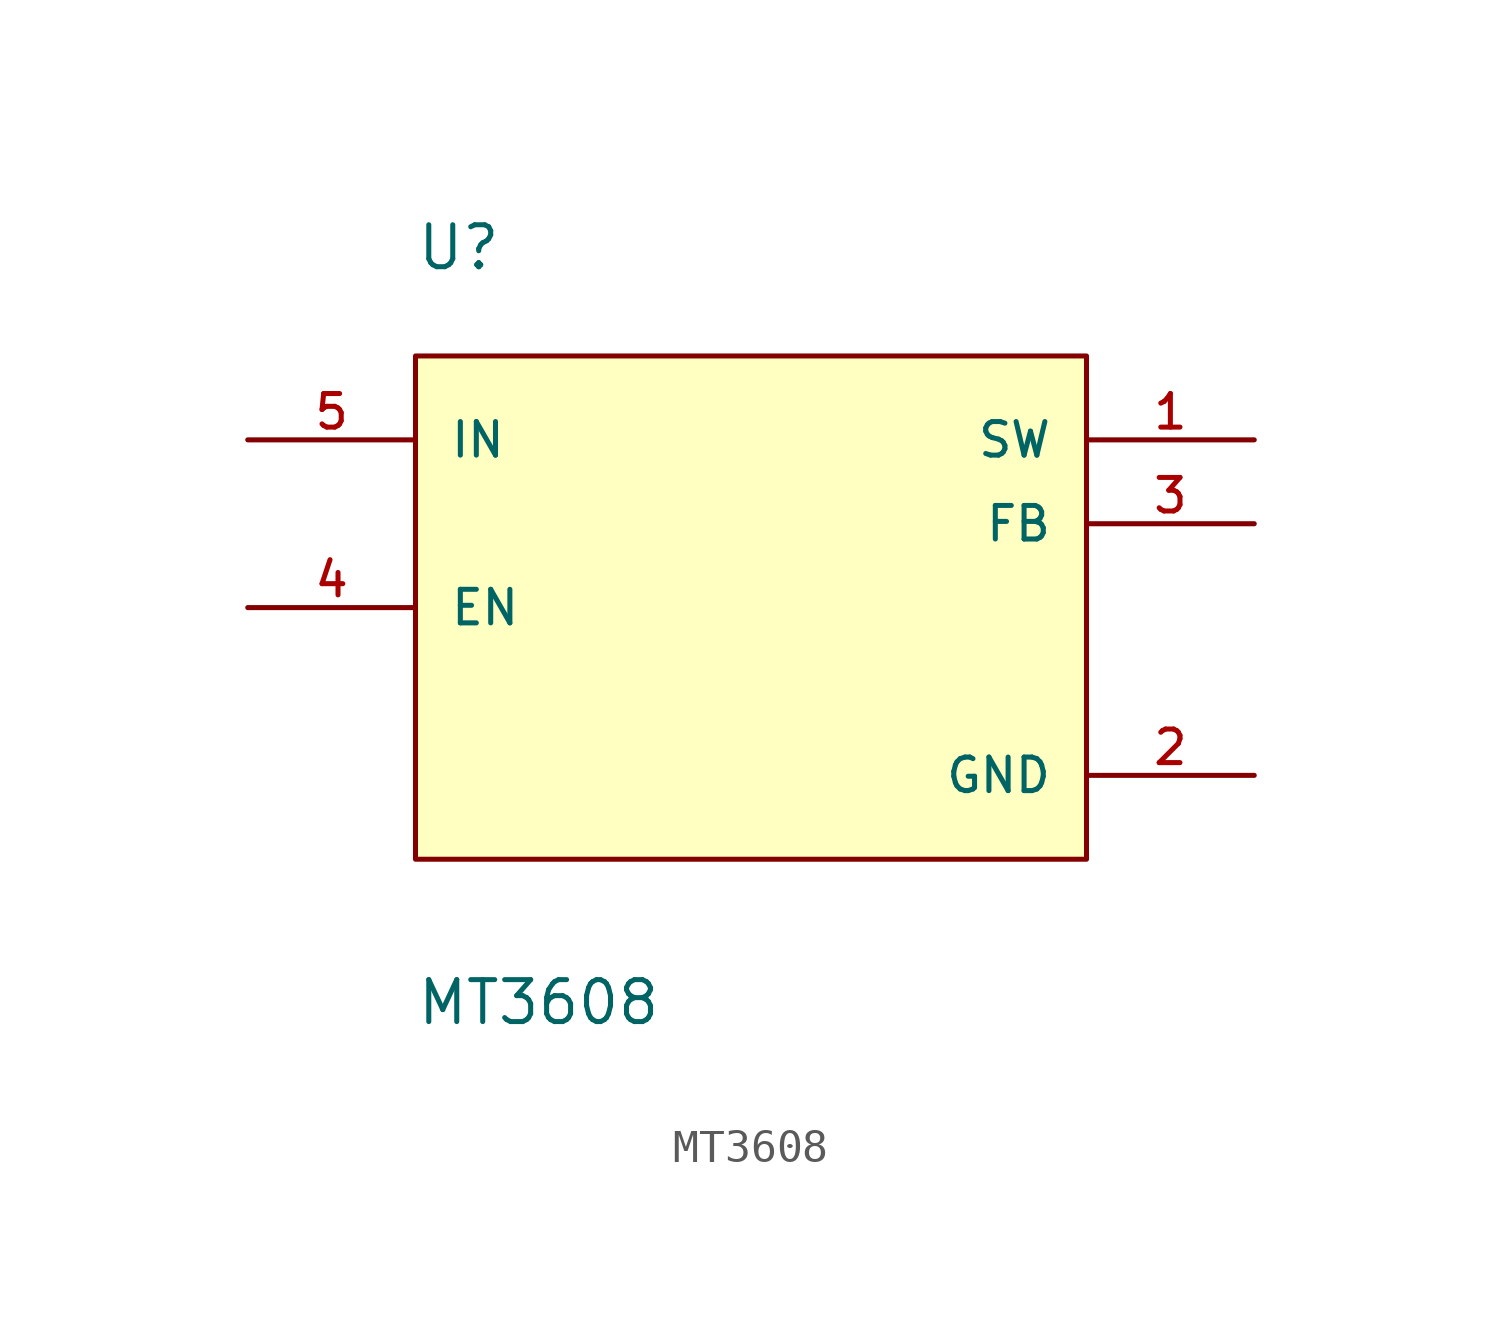
<source format=kicad_sym>
(kicad_symbol_lib
  (version 20211014)
  (generator kicad_symbol_editor)
  (symbol "MT3608"
    (pin_names
      (offset 1.016))
    (property "Reference" "U"
      (at -10.16 10.16 0)
      (effects (font (size 1.27 1.27)) (justify bottom left)))
    (property "Value" "MT3608"
      (at -10.16 -12.7 0)
      (effects (font (size 1.27 1.27)) (justify bottom left)))
    (symbol "MT3608_0_0"
      (rectangle (start -10.16 -7.62) (end 10.16 7.62) (stroke (width 0.152)) (fill (type background)))
      (pin output line (at 15.24 5.08 180.0) (length 5.08) (name "SW" (effects (font (size 1.016 1.016)))) (number "1" (effects (font (size 1.016 1.016)))))
      (pin power_in line (at 15.24 -5.08 180.0) (length 5.08) (name "GND" (effects (font (size 1.016 1.016)))) (number "2" (effects (font (size 1.016 1.016)))))
      (pin input line (at 15.24 2.54 180.0) (length 5.08) (name "FB" (effects (font (size 1.016 1.016)))) (number "3" (effects (font (size 1.016 1.016)))))
      (pin input line (at -15.24 0.0 0) (length 5.08) (name "EN" (effects (font (size 1.016 1.016)))) (number "4" (effects (font (size 1.016 1.016)))))
      (pin input line (at -15.24 5.08 0) (length 5.08) (name "IN" (effects (font (size 1.016 1.016)))) (number "5" (effects (font (size 1.016 1.016))))))))
</source>
